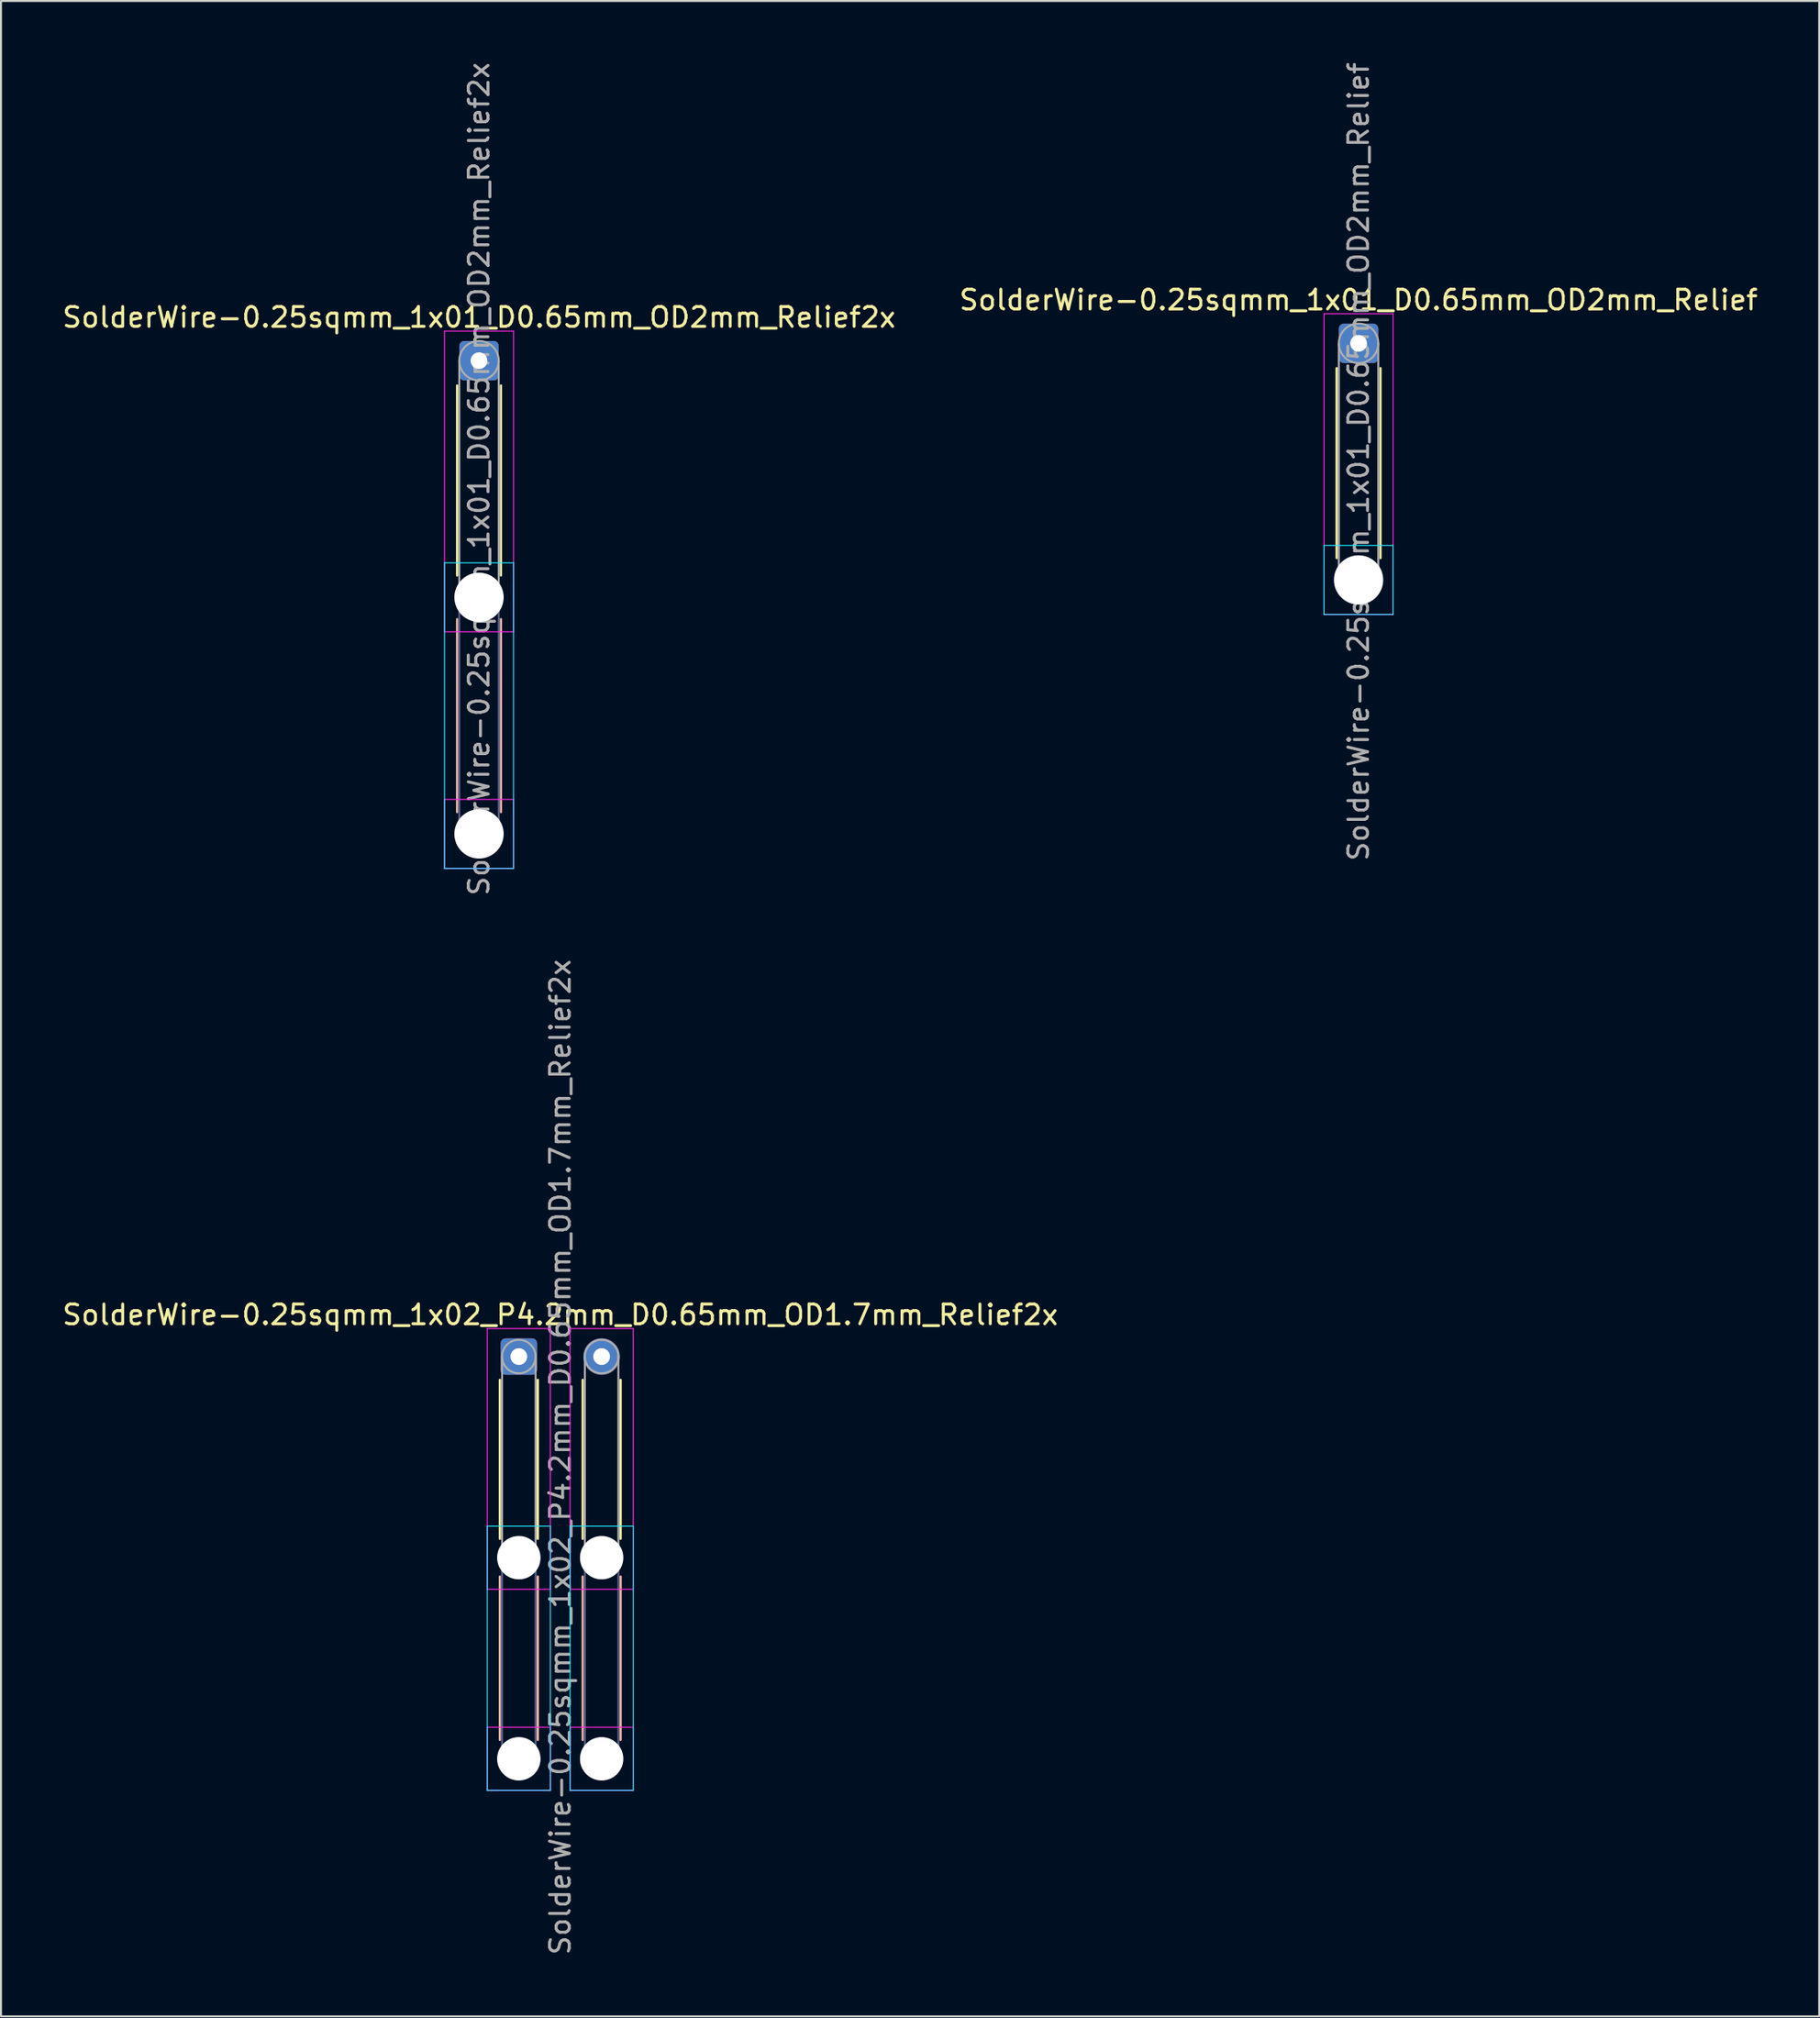
<source format=kicad_pcb>
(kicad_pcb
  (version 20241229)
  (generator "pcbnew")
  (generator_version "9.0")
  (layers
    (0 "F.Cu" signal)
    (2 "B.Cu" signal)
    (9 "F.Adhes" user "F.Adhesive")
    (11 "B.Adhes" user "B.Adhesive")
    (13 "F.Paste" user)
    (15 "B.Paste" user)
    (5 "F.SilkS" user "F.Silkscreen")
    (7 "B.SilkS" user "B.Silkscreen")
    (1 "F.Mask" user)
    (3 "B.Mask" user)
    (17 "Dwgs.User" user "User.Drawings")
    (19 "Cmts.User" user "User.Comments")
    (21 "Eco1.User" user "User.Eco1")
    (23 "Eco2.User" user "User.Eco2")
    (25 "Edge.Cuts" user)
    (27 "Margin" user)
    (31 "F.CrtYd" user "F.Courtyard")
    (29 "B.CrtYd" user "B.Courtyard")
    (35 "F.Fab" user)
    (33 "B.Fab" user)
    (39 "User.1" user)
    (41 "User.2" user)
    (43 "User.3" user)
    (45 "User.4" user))
  (footprint "SolderWire-0.25sqmm_1x02_P4.2mm_D0.65mm_OD1.7mm_Relief2x"
    (layer "F.Cu")
    (at 23.263 65.751)
    (property "Reference" "SolderWire-0.25sqmm_1x02_P4.2mm_D0.65mm_OD1.7mm_Relief2x" (at 2.1 -2.12 0) (layer "F.SilkS") (effects (font (size 1 1) (thickness 0.15))))
    (attr exclude_from_pos_files exclude_from_bom)
    (fp_line (start -0.96 1.185) (end -0.96 9.24) (stroke (width 0.12) (type solid)) (layer "F.SilkS"))
    (fp_line (start 0.96 1.185) (end 0.96 9.24) (stroke (width 0.12) (type solid)) (layer "F.SilkS"))
    (fp_line (start 3.24 1.185) (end 3.24 9.24) (stroke (width 0.12) (type solid)) (layer "F.SilkS"))
    (fp_line (start 5.16 1.185) (end 5.16 9.24) (stroke (width 0.12) (type solid)) (layer "F.SilkS"))
    (fp_line (start -0.96 11.16) (end -0.96 19.44) (stroke (width 0.12) (type solid)) (layer "B.SilkS"))
    (fp_line (start 0.96 11.16) (end 0.96 19.44) (stroke (width 0.12) (type solid)) (layer "B.SilkS"))
    (fp_line (start 3.24 11.16) (end 3.24 19.44) (stroke (width 0.12) (type solid)) (layer "B.SilkS"))
    (fp_line (start 5.16 11.16) (end 5.16 19.44) (stroke (width 0.12) (type solid)) (layer "B.SilkS"))
    (fp_line (start -1.6 8.6) (end -1.6 22) (stroke (width 0.05) (type solid)) (layer "B.CrtYd"))
    (fp_line (start -1.6 22) (end 1.6 22) (stroke (width 0.05) (type solid)) (layer "B.CrtYd"))
    (fp_line (start 1.6 8.6) (end -1.6 8.6) (stroke (width 0.05) (type solid)) (layer "B.CrtYd"))
    (fp_line (start 1.6 22) (end 1.6 8.6) (stroke (width 0.05) (type solid)) (layer "B.CrtYd"))
    (fp_line (start 2.6 8.6) (end 2.6 22) (stroke (width 0.05) (type solid)) (layer "B.CrtYd"))
    (fp_line (start 2.6 22) (end 5.8 22) (stroke (width 0.05) (type solid)) (layer "B.CrtYd"))
    (fp_line (start 5.8 8.6) (end 2.6 8.6) (stroke (width 0.05) (type solid)) (layer "B.CrtYd"))
    (fp_line (start 5.8 22) (end 5.8 8.6) (stroke (width 0.05) (type solid)) (layer "B.CrtYd"))
    (fp_line (start -1.6 -1.42) (end -1.6 11.8) (stroke (width 0.05) (type solid)) (layer "F.CrtYd"))
    (fp_line (start -1.6 11.8) (end 1.6 11.8) (stroke (width 0.05) (type solid)) (layer "F.CrtYd"))
    (fp_line (start -1.6 18.8) (end -1.6 22) (stroke (width 0.05) (type solid)) (layer "F.CrtYd"))
    (fp_line (start -1.6 22) (end 1.6 22) (stroke (width 0.05) (type solid)) (layer "F.CrtYd"))
    (fp_line (start 1.6 -1.42) (end -1.6 -1.42) (stroke (width 0.05) (type solid)) (layer "F.CrtYd"))
    (fp_line (start 1.6 11.8) (end 1.6 -1.42) (stroke (width 0.05) (type solid)) (layer "F.CrtYd"))
    (fp_line (start 1.6 18.8) (end -1.6 18.8) (stroke (width 0.05) (type solid)) (layer "F.CrtYd"))
    (fp_line (start 1.6 22) (end 1.6 18.8) (stroke (width 0.05) (type solid)) (layer "F.CrtYd"))
    (fp_line (start 2.6 -1.42) (end 2.6 11.8) (stroke (width 0.05) (type solid)) (layer "F.CrtYd"))
    (fp_line (start 2.6 11.8) (end 5.8 11.8) (stroke (width 0.05) (type solid)) (layer "F.CrtYd"))
    (fp_line (start 2.6 18.8) (end 2.6 22) (stroke (width 0.05) (type solid)) (layer "F.CrtYd"))
    (fp_line (start 2.6 22) (end 5.8 22) (stroke (width 0.05) (type solid)) (layer "F.CrtYd"))
    (fp_line (start 5.8 -1.42) (end 2.6 -1.42) (stroke (width 0.05) (type solid)) (layer "F.CrtYd"))
    (fp_line (start 5.8 11.8) (end 5.8 -1.42) (stroke (width 0.05) (type solid)) (layer "F.CrtYd"))
    (fp_line (start 5.8 18.8) (end 2.6 18.8) (stroke (width 0.05) (type solid)) (layer "F.CrtYd"))
    (fp_line (start 5.8 22) (end 5.8 18.8) (stroke (width 0.05) (type solid)) (layer "F.CrtYd"))
    (fp_line (start -0.85 10.2) (end -0.85 20.4) (stroke (width 0.1) (type solid)) (layer "B.Fab"))
    (fp_line (start 0.85 10.2) (end 0.85 20.4) (stroke (width 0.1) (type solid)) (layer "B.Fab"))
    (fp_line (start 3.35 10.2) (end 3.35 20.4) (stroke (width 0.1) (type solid)) (layer "B.Fab"))
    (fp_line (start 5.05 10.2) (end 5.05 20.4) (stroke (width 0.1) (type solid)) (layer "B.Fab"))
    (fp_circle (center 0 10.2) (end 0.85 10.2) (stroke (width 0.1) (type solid)) (fill no) (layer "B.Fab"))
    (fp_circle (center 0 20.4) (end 0.85 20.4) (stroke (width 0.1) (type solid)) (fill no) (layer "B.Fab"))
    (fp_circle (center 4.2 10.2) (end 5.05 10.2) (stroke (width 0.1) (type solid)) (fill no) (layer "B.Fab"))
    (fp_circle (center 4.2 20.4) (end 5.05 20.4) (stroke (width 0.1) (type solid)) (fill no) (layer "B.Fab"))
    (fp_line (start -0.85 0) (end -0.85 10.2) (stroke (width 0.1) (type solid)) (layer "F.Fab"))
    (fp_line (start 0.85 0) (end 0.85 10.2) (stroke (width 0.1) (type solid)) (layer "F.Fab"))
    (fp_line (start 3.35 0) (end 3.35 10.2) (stroke (width 0.1) (type solid)) (layer "F.Fab"))
    (fp_line (start 5.05 0) (end 5.05 10.2) (stroke (width 0.1) (type solid)) (layer "F.Fab"))
    (fp_circle (center 0 0) (end 0.85 0) (stroke (width 0.1) (type solid)) (fill no) (layer "F.Fab"))
    (fp_circle (center 0 10.2) (end 0.85 10.2) (stroke (width 0.1) (type solid)) (fill no) (layer "F.Fab"))
    (fp_circle (center 0 20.4) (end 0.85 20.4) (stroke (width 0.1) (type solid)) (fill no) (layer "F.Fab"))
    (fp_circle (center 4.2 0) (end 5.05 0) (stroke (width 0.1) (type solid)) (fill no) (layer "F.Fab"))
    (fp_circle (center 4.2 10.2) (end 5.05 10.2) (stroke (width 0.1) (type solid)) (fill no) (layer "F.Fab"))
    (fp_circle (center 4.2 20.4) (end 5.05 20.4) (stroke (width 0.1) (type solid)) (fill no) (layer "F.Fab"))
    (fp_text user "${REFERENCE}" (at 2.1 5.1 90) (layer "F.Fab") (effects (font (size 1 1) (thickness 0.15))))
    (pad "" np_thru_hole circle (at 0 10.2) (size 2.2 2.2) (drill 2.2) (layers "*.Cu" "*.Mask"))
    (pad "" np_thru_hole circle (at 0 20.4) (size 2.2 2.2) (drill 2.2) (layers "*.Cu" "*.Mask"))
    (pad "" np_thru_hole circle (at 4.2 10.2) (size 2.2 2.2) (drill 2.2) (layers "*.Cu" "*.Mask"))
    (pad "" np_thru_hole circle (at 4.2 20.4) (size 2.2 2.2) (drill 2.2) (layers "*.Cu" "*.Mask"))
    (pad "1" thru_hole roundrect (at 0 0) (size 1.85 1.85) (drill 0.85) (layers "*.Cu" "*.Mask") (roundrect_rratio 0.135))
    (pad "2" thru_hole circle (at 4.2 0) (size 1.85 1.85) (drill 0.85) (layers "*.Cu" "*.Mask")))
  (footprint "SolderWire-0.25sqmm_1x01_D0.65mm_OD2mm_Relief"
    (layer "F.Cu")
    (at 65.851 14.363)
    (property "Reference" "SolderWire-0.25sqmm_1x01_D0.65mm_OD2mm_Relief" (at 0 -2.2 0) (layer "F.SilkS") (effects (font (size 1 1) (thickness 0.15))))
    (attr exclude_from_pos_files exclude_from_bom)
    (fp_line (start -1.11 1.26) (end -1.11 10.89) (stroke (width 0.12) (type solid)) (layer "F.SilkS"))
    (fp_line (start 1.11 1.26) (end 1.11 10.89) (stroke (width 0.12) (type solid)) (layer "F.SilkS"))
    (fp_line (start -1.75 10.25) (end -1.75 13.75) (stroke (width 0.05) (type solid)) (layer "B.CrtYd"))
    (fp_line (start -1.75 13.75) (end 1.75 13.75) (stroke (width 0.05) (type solid)) (layer "B.CrtYd"))
    (fp_line (start 1.75 10.25) (end -1.75 10.25) (stroke (width 0.05) (type solid)) (layer "B.CrtYd"))
    (fp_line (start 1.75 13.75) (end 1.75 10.25) (stroke (width 0.05) (type solid)) (layer "B.CrtYd"))
    (fp_line (start -1.75 -1.5) (end -1.75 13.75) (stroke (width 0.05) (type solid)) (layer "F.CrtYd"))
    (fp_line (start -1.75 13.75) (end 1.75 13.75) (stroke (width 0.05) (type solid)) (layer "F.CrtYd"))
    (fp_line (start 1.75 -1.5) (end -1.75 -1.5) (stroke (width 0.05) (type solid)) (layer "F.CrtYd"))
    (fp_line (start 1.75 13.75) (end 1.75 -1.5) (stroke (width 0.05) (type solid)) (layer "F.CrtYd"))
    (fp_line (start -1 0) (end -1 12) (stroke (width 0.1) (type solid)) (layer "F.Fab"))
    (fp_line (start 1 0) (end 1 12) (stroke (width 0.1) (type solid)) (layer "F.Fab"))
    (fp_circle (center 0 0) (end 1 0) (stroke (width 0.1) (type solid)) (fill no) (layer "F.Fab"))
    (fp_circle (center 0 12) (end 1 12) (stroke (width 0.1) (type solid)) (fill no) (layer "F.Fab"))
    (fp_text user "${REFERENCE}" (at 0 6 90) (layer "F.Fab") (effects (font (size 1 1) (thickness 0.15))))
    (pad "" np_thru_hole circle (at 0 12) (size 2.5 2.5) (drill 2.5) (layers "*.Cu" "*.Mask"))
    (pad "1" thru_hole roundrect (at 0 0) (size 2 2) (drill 0.85) (layers "*.Cu" "*.Mask") (roundrect_rratio 0.125)))
  (footprint "SolderWire-0.25sqmm_1x01_D0.65mm_OD2mm_Relief2x"
    (layer "F.Cu")
    (at 21.244 15.244)
    (property "Reference" "SolderWire-0.25sqmm_1x01_D0.65mm_OD2mm_Relief2x" (at 0 -2.2 0) (layer "F.SilkS") (effects (font (size 1 1) (thickness 0.15))))
    (attr exclude_from_pos_files exclude_from_bom)
    (fp_line (start -1.11 1.26) (end -1.11 10.89) (stroke (width 0.12) (type solid)) (layer "F.SilkS"))
    (fp_line (start 1.11 1.26) (end 1.11 10.89) (stroke (width 0.12) (type solid)) (layer "F.SilkS"))
    (fp_line (start -1.11 13.11) (end -1.11 22.89) (stroke (width 0.12) (type solid)) (layer "B.SilkS"))
    (fp_line (start 1.11 13.11) (end 1.11 22.89) (stroke (width 0.12) (type solid)) (layer "B.SilkS"))
    (fp_line (start -1.75 10.25) (end -1.75 25.75) (stroke (width 0.05) (type solid)) (layer "B.CrtYd"))
    (fp_line (start -1.75 25.75) (end 1.75 25.75) (stroke (width 0.05) (type solid)) (layer "B.CrtYd"))
    (fp_line (start 1.75 10.25) (end -1.75 10.25) (stroke (width 0.05) (type solid)) (layer "B.CrtYd"))
    (fp_line (start 1.75 25.75) (end 1.75 10.25) (stroke (width 0.05) (type solid)) (layer "B.CrtYd"))
    (fp_line (start -1.75 -1.5) (end -1.75 13.75) (stroke (width 0.05) (type solid)) (layer "F.CrtYd"))
    (fp_line (start -1.75 13.75) (end 1.75 13.75) (stroke (width 0.05) (type solid)) (layer "F.CrtYd"))
    (fp_line (start -1.75 22.25) (end -1.75 25.75) (stroke (width 0.05) (type solid)) (layer "F.CrtYd"))
    (fp_line (start -1.75 25.75) (end 1.75 25.75) (stroke (width 0.05) (type solid)) (layer "F.CrtYd"))
    (fp_line (start 1.75 -1.5) (end -1.75 -1.5) (stroke (width 0.05) (type solid)) (layer "F.CrtYd"))
    (fp_line (start 1.75 13.75) (end 1.75 -1.5) (stroke (width 0.05) (type solid)) (layer "F.CrtYd"))
    (fp_line (start 1.75 22.25) (end -1.75 22.25) (stroke (width 0.05) (type solid)) (layer "F.CrtYd"))
    (fp_line (start 1.75 25.75) (end 1.75 22.25) (stroke (width 0.05) (type solid)) (layer "F.CrtYd"))
    (fp_line (start -1 12) (end -1 24) (stroke (width 0.1) (type solid)) (layer "B.Fab"))
    (fp_line (start 1 12) (end 1 24) (stroke (width 0.1) (type solid)) (layer "B.Fab"))
    (fp_circle (center 0 12) (end 1 12) (stroke (width 0.1) (type solid)) (fill no) (layer "B.Fab"))
    (fp_circle (center 0 24) (end 1 24) (stroke (width 0.1) (type solid)) (fill no) (layer "B.Fab"))
    (fp_line (start -1 0) (end -1 12) (stroke (width 0.1) (type solid)) (layer "F.Fab"))
    (fp_line (start 1 0) (end 1 12) (stroke (width 0.1) (type solid)) (layer "F.Fab"))
    (fp_circle (center 0 0) (end 1 0) (stroke (width 0.1) (type solid)) (fill no) (layer "F.Fab"))
    (fp_circle (center 0 12) (end 1 12) (stroke (width 0.1) (type solid)) (fill no) (layer "F.Fab"))
    (fp_circle (center 0 24) (end 1 24) (stroke (width 0.1) (type solid)) (fill no) (layer "F.Fab"))
    (fp_text user "${REFERENCE}" (at 0 6 90) (layer "F.Fab") (effects (font (size 1 1) (thickness 0.15))))
    (pad "" np_thru_hole circle (at 0 12) (size 2.5 2.5) (drill 2.5) (layers "*.Cu" "*.Mask"))
    (pad "" np_thru_hole circle (at 0 24) (size 2.5 2.5) (drill 2.5) (layers "*.Cu" "*.Mask"))
    (pad "1" thru_hole roundrect (at 0 0) (size 2 2) (drill 0.85) (layers "*.Cu" "*.Mask") (roundrect_rratio 0.125)))
  (gr_rect
    (start -3 -3)
    (end 89.214 99.214)
    (stroke (width 0.1) (type default))
    (fill no)
    (layer "Edge.Cuts")))
</source>
